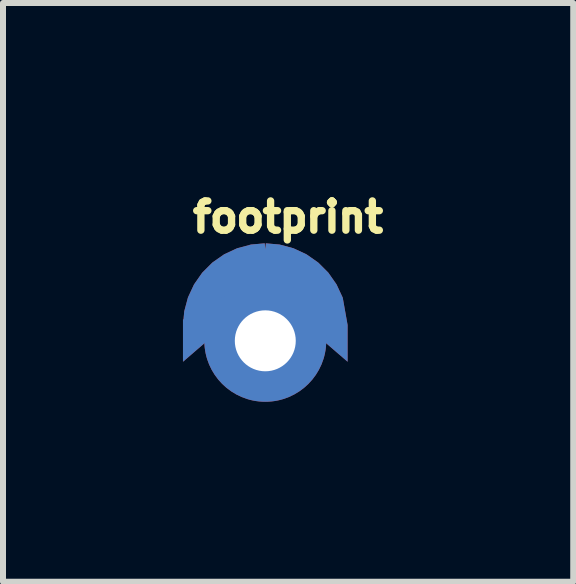
<source format=kicad_pcb>
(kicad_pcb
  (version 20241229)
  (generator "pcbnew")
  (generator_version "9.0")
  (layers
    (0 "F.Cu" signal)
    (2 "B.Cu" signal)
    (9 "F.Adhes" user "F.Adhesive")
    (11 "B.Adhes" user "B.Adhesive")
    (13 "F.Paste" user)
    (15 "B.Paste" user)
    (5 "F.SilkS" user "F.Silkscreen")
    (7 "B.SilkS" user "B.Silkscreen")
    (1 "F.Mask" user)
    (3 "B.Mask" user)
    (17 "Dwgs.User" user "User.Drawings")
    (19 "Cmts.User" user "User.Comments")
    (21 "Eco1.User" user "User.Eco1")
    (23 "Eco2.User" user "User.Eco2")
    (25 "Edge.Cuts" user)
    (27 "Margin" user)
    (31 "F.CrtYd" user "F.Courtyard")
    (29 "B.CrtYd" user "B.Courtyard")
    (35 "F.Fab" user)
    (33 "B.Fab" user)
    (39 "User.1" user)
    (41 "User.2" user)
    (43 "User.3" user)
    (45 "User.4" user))
  (footprint "footprint"
    (layer "F.Cu")
    (at 1.372 2.631)
    (property "Reference" "footprint" (at -1.27 -1.778 0) (layer "F.SilkS") (effects (font (size 0.488 0.488) (thickness 0.122)) (justify left bottom)))
    (fp_poly (pts (xy 0.238 -1.605) (xy 0.469 -1.543) (xy 0.686 -1.442) (xy 0.882 -1.305) (xy 1.051 -1.136) (xy 1.188 -0.94) (xy 1.291 -0.719) (xy 1.372 -0.263) (xy 1.372 0.349) (xy 1.015 0.041) (xy 0.812 -0.09) (xy 0.592 -0.19) (xy 0.36 -0.258) (xy 0.121 -0.293) (xy -0.121 -0.293) (xy -0.36 -0.258) (xy -0.592 -0.19) (xy -0.812 -0.09) (xy -1.015 0.041) (xy -1.372 0.349) (xy -1.372 -0.356) (xy -1.363 -0.356) (xy -1.351 -0.492) (xy -1.289 -0.723) (xy -1.188 -0.94) (xy -1.051 -1.136) (xy -0.882 -1.305) (xy -0.686 -1.442) (xy -0.469 -1.543) (xy -0.238 -1.605) (xy -0.009 -1.625) (xy -0.000001 -1.524) (xy 0.009 -1.625)) (stroke (width 0) (type solid)) (fill yes) (layer "F.Cu"))
    (fp_poly (pts (xy 0.159 -0.483) (xy 0.301 -0.408) (xy 0.417 -0.289) (xy 0.503 -0.008) (xy 0.442 0.01) (xy 0.505 0.021) (xy 0.48 0.166) (xy 0.408 0.305) (xy 0.296 0.415) (xy 0.155 0.486) (xy 0.009 0.507) (xy 0.000001 0.445) (xy -0.008 0.507) (xy -0.153 0.488) (xy -0.294 0.42) (xy -0.41 0.309) (xy -0.509 0.027) (xy -0.487 -0.139) (xy -0.417 -0.286) (xy -0.301 -0.408) (xy -0.005 -0.512)) (stroke (width 0) (type solid)) (fill yes) (layer "F.Mask"))
    (fp_poly (pts (xy 0.238 -1.605) (xy 0.469 -1.543) (xy 0.686 -1.442) (xy 0.882 -1.305) (xy 1.051 -1.136) (xy 1.188 -0.94) (xy 1.291 -0.719) (xy 1.372 -0.263) (xy 1.372 0.349) (xy 1.015 0.041) (xy 0.812 -0.09) (xy 0.592 -0.19) (xy 0.36 -0.258) (xy 0.121 -0.293) (xy -0.121 -0.293) (xy -0.36 -0.258) (xy -0.592 -0.19) (xy -0.812 -0.09) (xy -1.015 0.041) (xy -1.372 0.349) (xy -1.372 -0.356) (xy -1.363 -0.356) (xy -1.351 -0.492) (xy -1.289 -0.723) (xy -1.188 -0.94) (xy -1.051 -1.136) (xy -0.882 -1.305) (xy -0.686 -1.442) (xy -0.469 -1.543) (xy -0.238 -1.605) (xy -0.009 -1.625) (xy -0.000001 -1.524) (xy 0.009 -1.625)) (stroke (width 0) (type solid)) (fill yes) (layer "F.Mask"))
    (fp_poly (pts (xy 0.238 -1.605) (xy 0.469 -1.543) (xy 0.686 -1.442) (xy 0.882 -1.305) (xy 1.051 -1.136) (xy 1.188 -0.94) (xy 1.291 -0.719) (xy 1.372 -0.263) (xy 1.372 0.349) (xy 1.015 0.041) (xy 0.812 -0.09) (xy 0.592 -0.19) (xy 0.36 -0.258) (xy 0.121 -0.293) (xy -0.121 -0.293) (xy -0.36 -0.258) (xy -0.592 -0.19) (xy -0.812 -0.09) (xy -1.015 0.041) (xy -1.372 0.349) (xy -1.372 -0.356) (xy -1.363 -0.356) (xy -1.351 -0.492) (xy -1.289 -0.723) (xy -1.188 -0.94) (xy -1.051 -1.136) (xy -0.882 -1.305) (xy -0.686 -1.442) (xy -0.469 -1.543) (xy -0.238 -1.605) (xy -0.009 -1.625) (xy -0.000001 -1.524) (xy 0.009 -1.625)) (stroke (width 0) (type solid)) (fill yes) (layer "B.Cu"))
    (fp_poly (pts (xy 0.201 -0.994) (xy 0.393 -0.932) (xy 0.569 -0.835) (xy 0.723 -0.705) (xy 0.849 -0.547) (xy 0.941 -0.368) (xy 0.997 -0.174) (xy 1.013 0.02) (xy 0.95 0.025) (xy 1.013 0.032) (xy 0.992 0.221) (xy 0.933 0.408) (xy 0.839 0.58) (xy 0.713 0.731) (xy 0.56 0.854) (xy 0.386 0.944) (xy 0.197 0.999) (xy 0.008 1.016) (xy 0.003 0.953) (xy -0.003 1.016) (xy -0.193 1) (xy -0.383 0.945) (xy -0.558 0.854) (xy -0.712 0.731) (xy -0.839 0.58) (xy -0.936 0.405) (xy -1.016 0.027) (xy -0.999 -0.177) (xy -0.943 -0.371) (xy -0.85 -0.549) (xy -0.724 -0.707) (xy -0.57 -0.836) (xy -0.39 -0.935) (xy -0.003 -1.017)) (stroke (width 0) (type solid)) (fill yes) (layer "B.Mask"))
    (fp_poly (pts (xy 0.238 -1.605) (xy 0.469 -1.543) (xy 0.686 -1.442) (xy 0.882 -1.305) (xy 1.051 -1.136) (xy 1.188 -0.94) (xy 1.289 -0.723) (xy 1.351 -0.492) (xy 1.363 -0.356) (xy 1.372 -0.356) (xy 1.372 0.349) (xy 1.015 0.041) (xy 0.812 -0.09) (xy 0.592 -0.19) (xy 0.36 -0.258) (xy 0.121 -0.293) (xy -0.121 -0.293) (xy -0.36 -0.258) (xy -0.592 -0.19) (xy -0.812 -0.09) (xy -1.015 0.041) (xy -1.372 0.349) (xy -1.372 -0.258) (xy -1.351 -0.492) (xy -1.289 -0.723) (xy -1.188 -0.94) (xy -1.051 -1.136) (xy -0.882 -1.305) (xy -0.686 -1.442) (xy -0.469 -1.543) (xy -0.238 -1.605) (xy -0.009 -1.625) (xy 0.000001 -1.524) (xy 0.009 -1.625)) (stroke (width 0) (type solid)) (fill yes) (layer "B.Mask"))
    (pad "1" thru_hole circle (at 0 0 90) (size 2.032 2.032) (drill 1.016) (layers "*.Cu")))
  (gr_rect
    (start -3 -3)
    (end 6.505 6.647)
    (stroke (width 0.1) (type default))
    (fill no)
    (layer "Edge.Cuts")))
</source>
